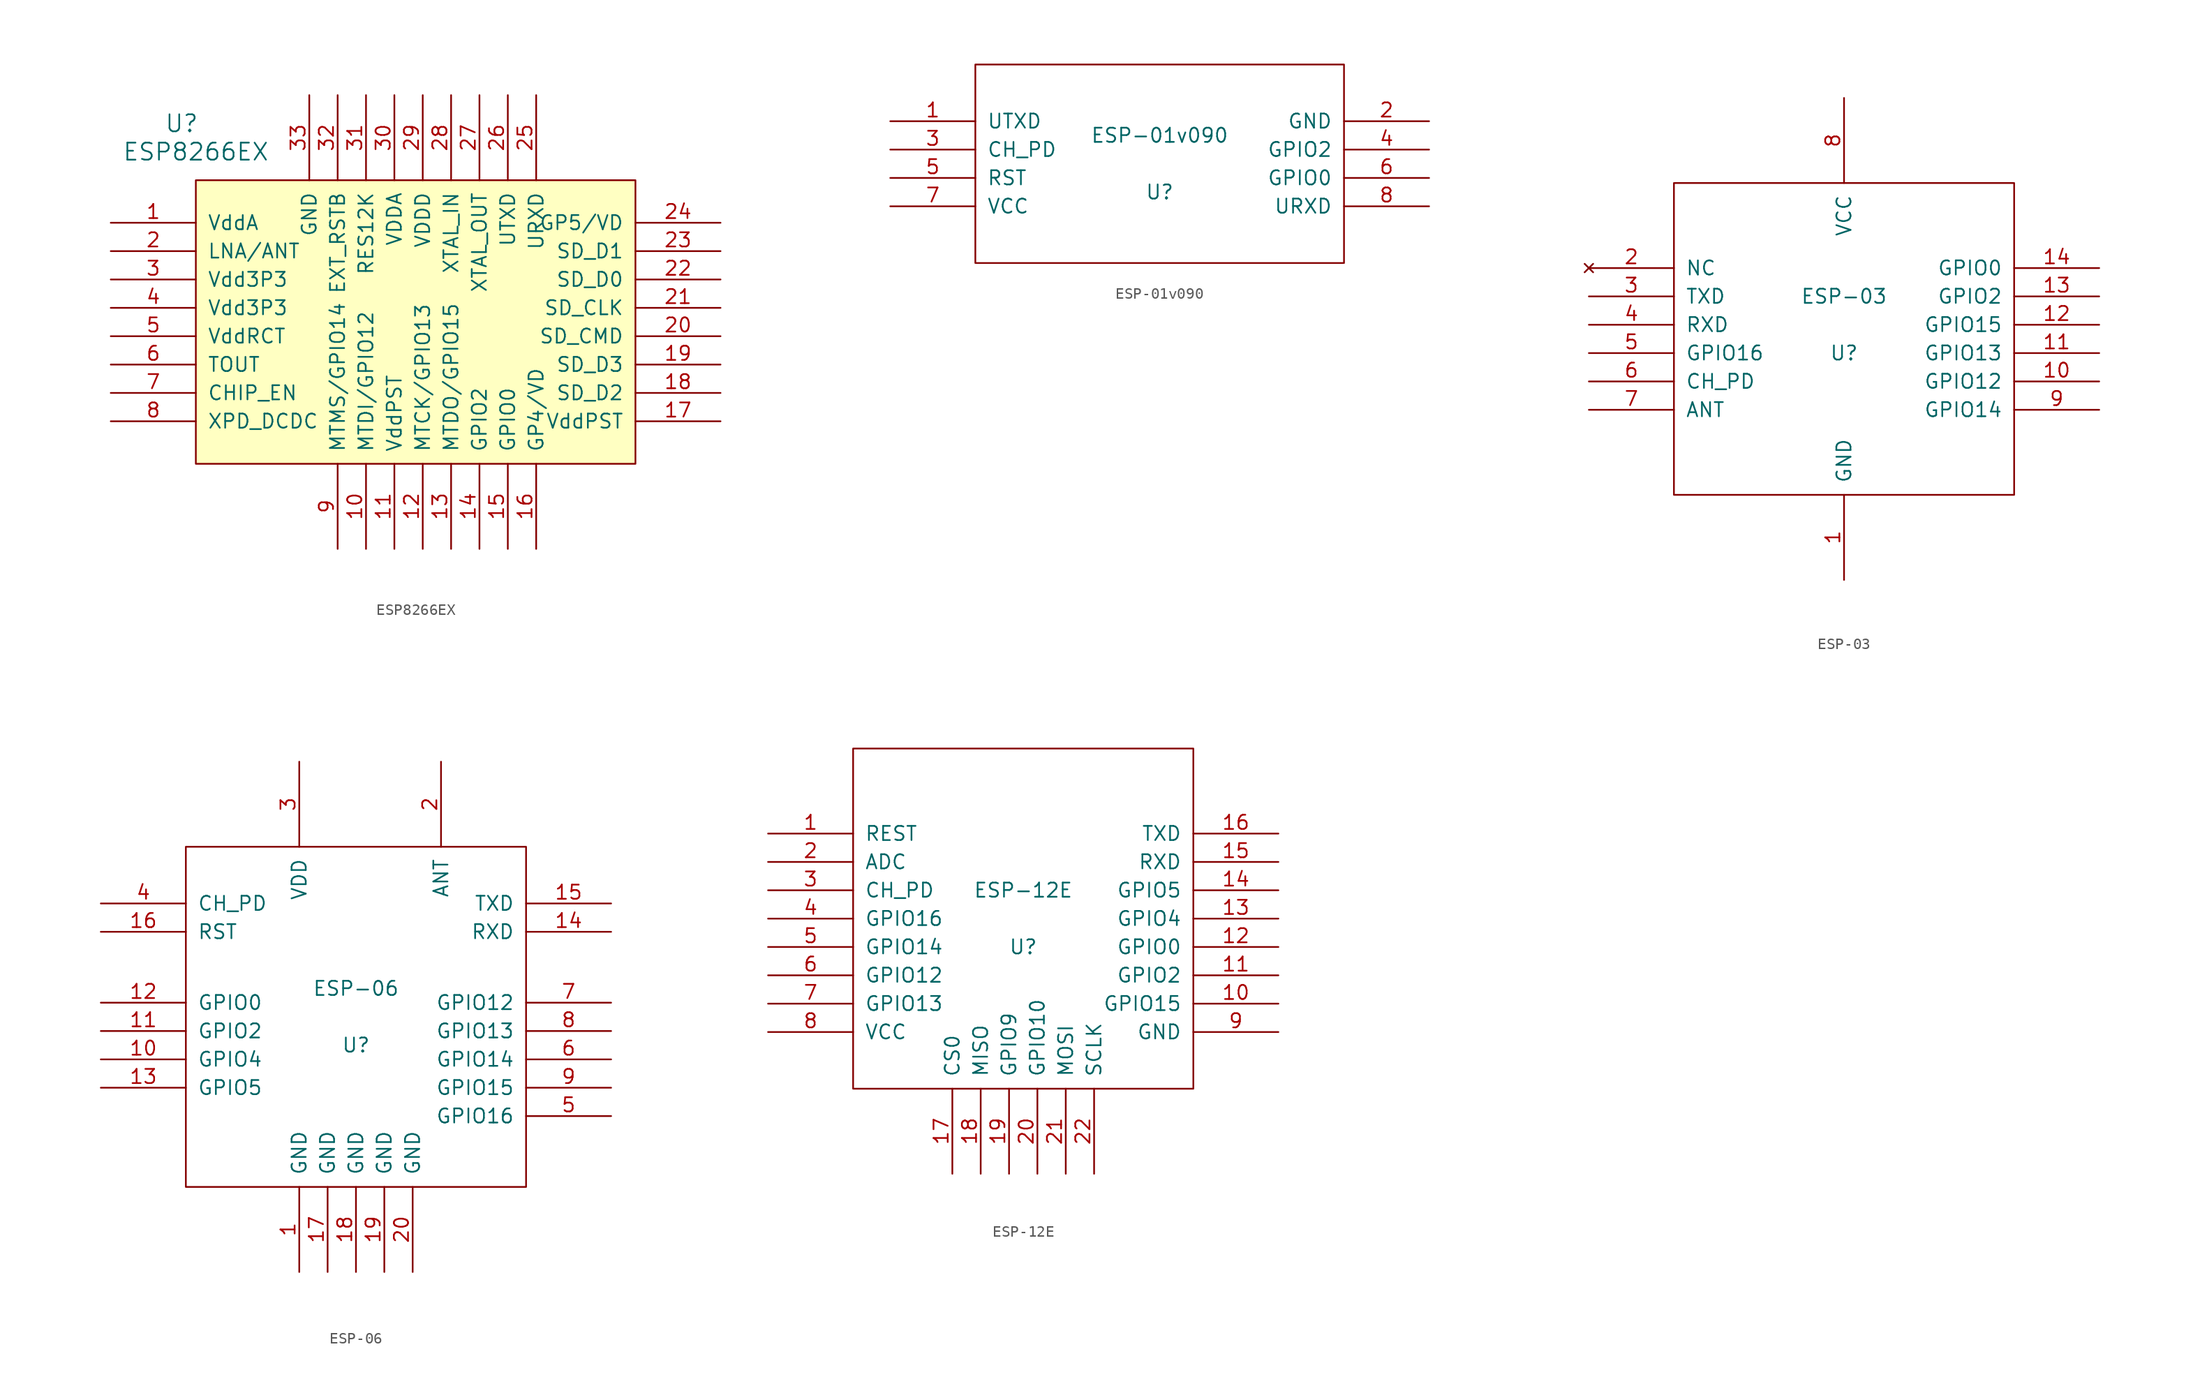
<source format=kicad_sym>
(kicad_symbol_lib
  (version 20201005)
  (generator kicad_symbol_editor)
  (symbol "ESP8266EX"
    (pin_names
      (offset 1.016))
    (property "Reference" "U"
      (at -22.86 17.78 0)
      (effects (font (size 1.524 1.524))))
    (property "Value" "ESP8266EX"
      (at -21.59 15.24 0)
      (effects (font (size 1.524 1.524))))
    (property "Footprint" ""
      (at -22.86 17.78 0)
      (effects (font (size 1.524 1.524))))
    (property "Datasheet" ""
      (at -22.86 17.78 0)
      (effects (font (size 1.524 1.524))))
    (symbol "ESP8266EX_0_1"
      (rectangle (start -21.59 12.7) (end 17.78 -12.7) (stroke (width 0)) (fill (type background))))
    (symbol "ESP8266EX_1_1"
      (pin input line (at -29.21 8.89 0) (length 7.62) (name "VddA" (effects (font (size 1.27 1.27)))) (number "1" (effects (font (size 1.27 1.27)))))
      (pin input line (at -29.21 6.35 0) (length 7.62) (name "LNA/ANT" (effects (font (size 1.27 1.27)))) (number "2" (effects (font (size 1.27 1.27)))))
      (pin input line (at -29.21 3.81 0) (length 7.62) (name "Vdd3P3" (effects (font (size 1.27 1.27)))) (number "3" (effects (font (size 1.27 1.27)))))
      (pin input line (at -29.21 1.27 0) (length 7.62) (name "Vdd3P3" (effects (font (size 1.27 1.27)))) (number "4" (effects (font (size 1.27 1.27)))))
      (pin input line (at -29.21 -1.27 0) (length 7.62) (name "VddRCT" (effects (font (size 1.27 1.27)))) (number "5" (effects (font (size 1.27 1.27)))))
      (pin input line (at -29.21 -3.81 0) (length 7.62) (name "TOUT" (effects (font (size 1.27 1.27)))) (number "6" (effects (font (size 1.27 1.27)))))
      (pin input line (at -29.21 -6.35 0) (length 7.62) (name "CHIP_EN" (effects (font (size 1.27 1.27)))) (number "7" (effects (font (size 1.27 1.27)))))
      (pin input line (at -29.21 -8.89 0) (length 7.62) (name "XPD_DCDC" (effects (font (size 1.27 1.27)))) (number "8" (effects (font (size 1.27 1.27)))))
      (pin input line (at -8.89 -20.32 90) (length 7.62) (name "MTMS/GPIO14" (effects (font (size 1.27 1.27)))) (number "9" (effects (font (size 1.27 1.27)))))
      (pin input line (at -6.35 -20.32 90) (length 7.62) (name "MTDI/GPIO12" (effects (font (size 1.27 1.27)))) (number "10" (effects (font (size 1.27 1.27)))))
      (pin input line (at 25.4 -1.27 180) (length 7.62) (name "SD_CMD" (effects (font (size 1.27 1.27)))) (number "20" (effects (font (size 1.27 1.27)))))
      (pin input line (at -3.81 20.32 270) (length 7.62) (name "VDDA" (effects (font (size 1.27 1.27)))) (number "30" (effects (font (size 1.27 1.27)))))
      (pin input line (at -3.81 -20.32 90) (length 7.62) (name "VddPST" (effects (font (size 1.27 1.27)))) (number "11" (effects (font (size 1.27 1.27)))))
      (pin input line (at 25.4 1.27 180) (length 7.62) (name "SD_CLK" (effects (font (size 1.27 1.27)))) (number "21" (effects (font (size 1.27 1.27)))))
      (pin input line (at -6.35 20.32 270) (length 7.62) (name "RES12K" (effects (font (size 1.27 1.27)))) (number "31" (effects (font (size 1.27 1.27)))))
      (pin input line (at -1.27 -20.32 90) (length 7.62) (name "MTCK/GPIO13" (effects (font (size 1.27 1.27)))) (number "12" (effects (font (size 1.27 1.27)))))
      (pin input line (at 25.4 3.81 180) (length 7.62) (name "SD_D0" (effects (font (size 1.27 1.27)))) (number "22" (effects (font (size 1.27 1.27)))))
      (pin input line (at -8.89 20.32 270) (length 7.62) (name "EXT_RSTB" (effects (font (size 1.27 1.27)))) (number "32" (effects (font (size 1.27 1.27)))))
      (pin input line (at 1.27 -20.32 90) (length 7.62) (name "MTDO/GPIO15" (effects (font (size 1.27 1.27)))) (number "13" (effects (font (size 1.27 1.27)))))
      (pin input line (at 25.4 6.35 180) (length 7.62) (name "SD_D1" (effects (font (size 1.27 1.27)))) (number "23" (effects (font (size 1.27 1.27)))))
      (pin input line (at -11.43 20.32 270) (length 7.62) (name "GND" (effects (font (size 1.27 1.27)))) (number "33" (effects (font (size 1.27 1.27)))))
      (pin input line (at 3.81 -20.32 90) (length 7.62) (name "GPIO2" (effects (font (size 1.27 1.27)))) (number "14" (effects (font (size 1.27 1.27)))))
      (pin input line (at 25.4 8.89 180) (length 7.62) (name "GP5/VD" (effects (font (size 1.27 1.27)))) (number "24" (effects (font (size 1.27 1.27)))))
      (pin input line (at 6.35 -20.32 90) (length 7.62) (name "GPIO0" (effects (font (size 1.27 1.27)))) (number "15" (effects (font (size 1.27 1.27)))))
      (pin input line (at 8.89 20.32 270) (length 7.62) (name "URXD" (effects (font (size 1.27 1.27)))) (number "25" (effects (font (size 1.27 1.27)))))
      (pin input line (at 8.89 -20.32 90) (length 7.62) (name "GP4/VD" (effects (font (size 1.27 1.27)))) (number "16" (effects (font (size 1.27 1.27)))))
      (pin input line (at 6.35 20.32 270) (length 7.62) (name "UTXD" (effects (font (size 1.27 1.27)))) (number "26" (effects (font (size 1.27 1.27)))))
      (pin input line (at 25.4 -8.89 180) (length 7.62) (name "VddPST" (effects (font (size 1.27 1.27)))) (number "17" (effects (font (size 1.27 1.27)))))
      (pin input line (at 3.81 20.32 270) (length 7.62) (name "XTAL_OUT" (effects (font (size 1.27 1.27)))) (number "27" (effects (font (size 1.27 1.27)))))
      (pin input line (at 25.4 -6.35 180) (length 7.62) (name "SD_D2" (effects (font (size 1.27 1.27)))) (number "18" (effects (font (size 1.27 1.27)))))
      (pin input line (at 1.27 20.32 270) (length 7.62) (name "XTAL_IN" (effects (font (size 1.27 1.27)))) (number "28" (effects (font (size 1.27 1.27)))))
      (pin input line (at 25.4 -3.81 180) (length 7.62) (name "SD_D3" (effects (font (size 1.27 1.27)))) (number "19" (effects (font (size 1.27 1.27)))))
      (pin input line (at -1.27 20.32 270) (length 7.62) (name "VDDD" (effects (font (size 1.27 1.27)))) (number "29" (effects (font (size 1.27 1.27)))))))
  (symbol "ESP-01v090"
    (pin_names
      (offset 1.016))
    (property "Reference" "U"
      (at 0 -2.54 0)
      (effects (font (size 1.27 1.27))))
    (property "Value" "ESP-01v090"
      (at 0 2.54 0)
      (effects (font (size 1.27 1.27))))
    (symbol "ESP-01v090_1_0"
      (rectangle (start -16.51 -8.89) (end 16.51 8.89) (stroke (width 0)) (fill (type none))))
    (symbol "ESP-01v090_1_1"
      (pin output line (at -24.13 3.81 0) (length 7.62) (name "UTXD" (effects (font (size 1.27 1.27)))) (number "1" (effects (font (size 1.27 1.27)))))
      (pin power_in line (at 24.13 3.81 180) (length 7.62) (name "GND" (effects (font (size 1.27 1.27)))) (number "2" (effects (font (size 1.27 1.27)))))
      (pin input line (at -24.13 1.27 0) (length 7.62) (name "CH_PD" (effects (font (size 1.27 1.27)))) (number "3" (effects (font (size 1.27 1.27)))))
      (pin tri_state line (at 24.13 1.27 180) (length 7.62) (name "GPIO2" (effects (font (size 1.27 1.27)))) (number "4" (effects (font (size 1.27 1.27)))))
      (pin input line (at -24.13 -1.27 0) (length 7.62) (name "RST" (effects (font (size 1.27 1.27)))) (number "5" (effects (font (size 1.27 1.27)))))
      (pin tri_state line (at 24.13 -1.27 180) (length 7.62) (name "GPIO0" (effects (font (size 1.27 1.27)))) (number "6" (effects (font (size 1.27 1.27)))))
      (pin power_in line (at -24.13 -3.81 0) (length 7.62) (name "VCC" (effects (font (size 1.27 1.27)))) (number "7" (effects (font (size 1.27 1.27)))))
      (pin input line (at 24.13 -3.81 180) (length 7.62) (name "URXD" (effects (font (size 1.27 1.27)))) (number "8" (effects (font (size 1.27 1.27)))))))
  (symbol "ESP-03"
    (pin_names
      (offset 1.016))
    (property "Reference" "U"
      (at 0 0 0)
      (effects (font (size 1.27 1.27))))
    (property "Value" "ESP-03"
      (at 0 5.08 0)
      (effects (font (size 1.27 1.27))))
    (symbol "ESP-03_1_0"
      (rectangle (start -15.24 -12.7) (end 15.24 15.24) (stroke (width 0)) (fill (type none))))
    (symbol "ESP-03_1_1"
      (pin power_in line (at 0 -20.32 90) (length 7.62) (name "GND" (effects (font (size 1.27 1.27)))) (number "1" (effects (font (size 1.27 1.27)))))
      (pin no_connect line (at -22.86 7.62 0) (length 7.62) (name "NC" (effects (font (size 1.27 1.27)))) (number "2" (effects (font (size 1.27 1.27)))))
      (pin output line (at -22.86 5.08 0) (length 7.62) (name "TXD" (effects (font (size 1.27 1.27)))) (number "3" (effects (font (size 1.27 1.27)))))
      (pin input line (at -22.86 2.54 0) (length 7.62) (name "RXD" (effects (font (size 1.27 1.27)))) (number "4" (effects (font (size 1.27 1.27)))))
      (pin bidirectional line (at -22.86 0 0) (length 7.62) (name "GPIO16" (effects (font (size 1.27 1.27)))) (number "5" (effects (font (size 1.27 1.27)))))
      (pin input line (at -22.86 -2.54 0) (length 7.62) (name "CH_PD" (effects (font (size 1.27 1.27)))) (number "6" (effects (font (size 1.27 1.27)))))
      (pin unspecified line (at -22.86 -5.08 0) (length 7.62) (name "ANT" (effects (font (size 1.27 1.27)))) (number "7" (effects (font (size 1.27 1.27)))))
      (pin power_in line (at 0 22.86 270) (length 7.62) (name "VCC" (effects (font (size 1.27 1.27)))) (number "8" (effects (font (size 1.27 1.27)))))
      (pin bidirectional line (at 22.86 -5.08 180) (length 7.62) (name "GPIO14" (effects (font (size 1.27 1.27)))) (number "9" (effects (font (size 1.27 1.27)))))
      (pin bidirectional line (at 22.86 -2.54 180) (length 7.62) (name "GPIO12" (effects (font (size 1.27 1.27)))) (number "10" (effects (font (size 1.27 1.27)))))
      (pin bidirectional line (at 22.86 0 180) (length 7.62) (name "GPIO13" (effects (font (size 1.27 1.27)))) (number "11" (effects (font (size 1.27 1.27)))))
      (pin bidirectional line (at 22.86 2.54 180) (length 7.62) (name "GPIO15" (effects (font (size 1.27 1.27)))) (number "12" (effects (font (size 1.27 1.27)))))
      (pin bidirectional line (at 22.86 5.08 180) (length 7.62) (name "GPIO2" (effects (font (size 1.27 1.27)))) (number "13" (effects (font (size 1.27 1.27)))))
      (pin input line (at 22.86 7.62 180) (length 7.62) (name "GPIO0" (effects (font (size 1.27 1.27)))) (number "14" (effects (font (size 1.27 1.27)))))))
  (symbol "ESP-06"
    (pin_names
      (offset 1.016))
    (property "Reference" "U"
      (at 0 -2.54 0)
      (effects (font (size 1.27 1.27))))
    (property "Value" "ESP-06"
      (at 0 2.54 0)
      (effects (font (size 1.27 1.27))))
    (symbol "ESP-06_1_0"
      (rectangle (start -15.24 -15.24) (end 15.24 15.24) (stroke (width 0)) (fill (type none))))
    (symbol "ESP-06_1_1"
      (pin power_in line (at -5.08 -22.86 90) (length 7.62) (name "GND" (effects (font (size 1.27 1.27)))) (number "1" (effects (font (size 1.27 1.27)))))
      (pin unspecified line (at 7.62 22.86 270) (length 7.62) (name "ANT" (effects (font (size 1.27 1.27)))) (number "2" (effects (font (size 1.27 1.27)))))
      (pin power_in line (at -5.08 22.86 270) (length 7.62) (name "VDD" (effects (font (size 1.27 1.27)))) (number "3" (effects (font (size 1.27 1.27)))))
      (pin input line (at -22.86 10.16 0) (length 7.62) (name "CH_PD" (effects (font (size 1.27 1.27)))) (number "4" (effects (font (size 1.27 1.27)))))
      (pin bidirectional line (at 22.86 -8.89 180) (length 7.62) (name "GPIO16" (effects (font (size 1.27 1.27)))) (number "5" (effects (font (size 1.27 1.27)))))
      (pin bidirectional line (at 22.86 -3.81 180) (length 7.62) (name "GPIO14" (effects (font (size 1.27 1.27)))) (number "6" (effects (font (size 1.27 1.27)))))
      (pin bidirectional line (at 22.86 1.27 180) (length 7.62) (name "GPIO12" (effects (font (size 1.27 1.27)))) (number "7" (effects (font (size 1.27 1.27)))))
      (pin bidirectional line (at 22.86 -1.27 180) (length 7.62) (name "GPIO13" (effects (font (size 1.27 1.27)))) (number "8" (effects (font (size 1.27 1.27)))))
      (pin bidirectional line (at 22.86 -6.35 180) (length 7.62) (name "GPIO15" (effects (font (size 1.27 1.27)))) (number "9" (effects (font (size 1.27 1.27)))))
      (pin bidirectional line (at -22.86 -3.81 0) (length 7.62) (name "GPIO4" (effects (font (size 1.27 1.27)))) (number "10" (effects (font (size 1.27 1.27)))))
      (pin power_in line (at 5.08 -22.86 90) (length 7.62) (name "GND" (effects (font (size 1.27 1.27)))) (number "20" (effects (font (size 1.27 1.27)))))
      (pin bidirectional line (at -22.86 -1.27 0) (length 7.62) (name "GPIO2" (effects (font (size 1.27 1.27)))) (number "11" (effects (font (size 1.27 1.27)))))
      (pin bidirectional line (at -22.86 1.27 0) (length 7.62) (name "GPIO0" (effects (font (size 1.27 1.27)))) (number "12" (effects (font (size 1.27 1.27)))))
      (pin bidirectional line (at -22.86 -6.35 0) (length 7.62) (name "GPIO5" (effects (font (size 1.27 1.27)))) (number "13" (effects (font (size 1.27 1.27)))))
      (pin input line (at 22.86 7.62 180) (length 7.62) (name "RXD" (effects (font (size 1.27 1.27)))) (number "14" (effects (font (size 1.27 1.27)))))
      (pin output line (at 22.86 10.16 180) (length 7.62) (name "TXD" (effects (font (size 1.27 1.27)))) (number "15" (effects (font (size 1.27 1.27)))))
      (pin input line (at -22.86 7.62 0) (length 7.62) (name "RST" (effects (font (size 1.27 1.27)))) (number "16" (effects (font (size 1.27 1.27)))))
      (pin power_in line (at -2.54 -22.86 90) (length 7.62) (name "GND" (effects (font (size 1.27 1.27)))) (number "17" (effects (font (size 1.27 1.27)))))
      (pin power_in line (at 0 -22.86 90) (length 7.62) (name "GND" (effects (font (size 1.27 1.27)))) (number "18" (effects (font (size 1.27 1.27)))))
      (pin power_in line (at 2.54 -22.86 90) (length 7.62) (name "GND" (effects (font (size 1.27 1.27)))) (number "19" (effects (font (size 1.27 1.27)))))))
  (symbol "ESP-12E"
    (pin_names
      (offset 1.016))
    (property "Reference" "U"
      (at 0 -2.54 0)
      (effects (font (size 1.27 1.27))))
    (property "Value" "ESP-12E"
      (at 0 2.54 0)
      (effects (font (size 1.27 1.27))))
    (symbol "ESP-12E_1_0"
      (rectangle (start -15.24 -15.24) (end 15.24 15.24) (stroke (width 0)) (fill (type none))))
    (symbol "ESP-12E_1_1"
      (pin input line (at -22.86 7.62 0) (length 7.62) (name "REST" (effects (font (size 1.27 1.27)))) (number "1" (effects (font (size 1.27 1.27)))))
      (pin passive line (at -22.86 5.08 0) (length 7.62) (name "ADC" (effects (font (size 1.27 1.27)))) (number "2" (effects (font (size 1.27 1.27)))))
      (pin input line (at -22.86 2.54 0) (length 7.62) (name "CH_PD" (effects (font (size 1.27 1.27)))) (number "3" (effects (font (size 1.27 1.27)))))
      (pin bidirectional line (at -22.86 0 0) (length 7.62) (name "GPIO16" (effects (font (size 1.27 1.27)))) (number "4" (effects (font (size 1.27 1.27)))))
      (pin bidirectional line (at -22.86 -2.54 0) (length 7.62) (name "GPIO14" (effects (font (size 1.27 1.27)))) (number "5" (effects (font (size 1.27 1.27)))))
      (pin bidirectional line (at -22.86 -5.08 0) (length 7.62) (name "GPIO12" (effects (font (size 1.27 1.27)))) (number "6" (effects (font (size 1.27 1.27)))))
      (pin bidirectional line (at -22.86 -7.62 0) (length 7.62) (name "GPIO13" (effects (font (size 1.27 1.27)))) (number "7" (effects (font (size 1.27 1.27)))))
      (pin power_in line (at -22.86 -10.16 0) (length 7.62) (name "VCC" (effects (font (size 1.27 1.27)))) (number "8" (effects (font (size 1.27 1.27)))))
      (pin power_in line (at 22.86 -10.16 180) (length 7.62) (name "GND" (effects (font (size 1.27 1.27)))) (number "9" (effects (font (size 1.27 1.27)))))
      (pin bidirectional line (at 22.86 -7.62 180) (length 7.62) (name "GPIO15" (effects (font (size 1.27 1.27)))) (number "10" (effects (font (size 1.27 1.27)))))
      (pin bidirectional line (at 1.27 -22.86 90) (length 7.62) (name "GPIO10" (effects (font (size 1.27 1.27)))) (number "20" (effects (font (size 1.27 1.27)))))
      (pin bidirectional line (at 22.86 -5.08 180) (length 7.62) (name "GPIO2" (effects (font (size 1.27 1.27)))) (number "11" (effects (font (size 1.27 1.27)))))
      (pin bidirectional line (at 3.81 -22.86 90) (length 7.62) (name "MOSI" (effects (font (size 1.27 1.27)))) (number "21" (effects (font (size 1.27 1.27)))))
      (pin bidirectional line (at 22.86 -2.54 180) (length 7.62) (name "GPIO0" (effects (font (size 1.27 1.27)))) (number "12" (effects (font (size 1.27 1.27)))))
      (pin bidirectional line (at 6.35 -22.86 90) (length 7.62) (name "SCLK" (effects (font (size 1.27 1.27)))) (number "22" (effects (font (size 1.27 1.27)))))
      (pin bidirectional line (at 22.86 0 180) (length 7.62) (name "GPIO4" (effects (font (size 1.27 1.27)))) (number "13" (effects (font (size 1.27 1.27)))))
      (pin bidirectional line (at 22.86 2.54 180) (length 7.62) (name "GPIO5" (effects (font (size 1.27 1.27)))) (number "14" (effects (font (size 1.27 1.27)))))
      (pin input line (at 22.86 5.08 180) (length 7.62) (name "RXD" (effects (font (size 1.27 1.27)))) (number "15" (effects (font (size 1.27 1.27)))))
      (pin output line (at 22.86 7.62 180) (length 7.62) (name "TXD" (effects (font (size 1.27 1.27)))) (number "16" (effects (font (size 1.27 1.27)))))
      (pin bidirectional line (at -6.35 -22.86 90) (length 7.62) (name "CS0" (effects (font (size 1.27 1.27)))) (number "17" (effects (font (size 1.27 1.27)))))
      (pin bidirectional line (at -3.81 -22.86 90) (length 7.62) (name "MISO" (effects (font (size 1.27 1.27)))) (number "18" (effects (font (size 1.27 1.27)))))
      (pin bidirectional line (at -1.27 -22.86 90) (length 7.62) (name "GPIO9" (effects (font (size 1.27 1.27)))) (number "19" (effects (font (size 1.27 1.27))))))))
</source>
